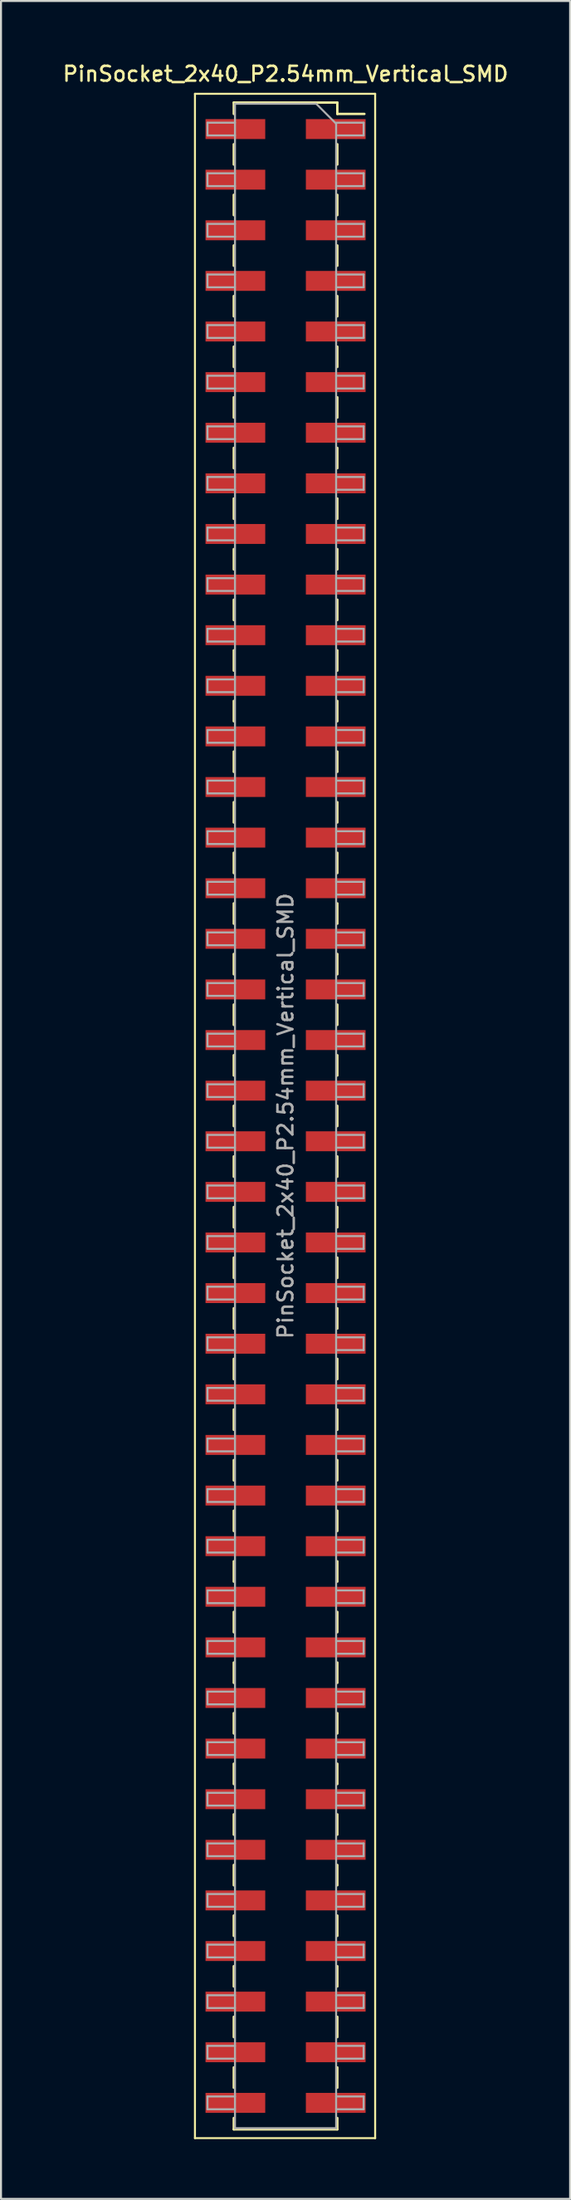
<source format=kicad_pcb>
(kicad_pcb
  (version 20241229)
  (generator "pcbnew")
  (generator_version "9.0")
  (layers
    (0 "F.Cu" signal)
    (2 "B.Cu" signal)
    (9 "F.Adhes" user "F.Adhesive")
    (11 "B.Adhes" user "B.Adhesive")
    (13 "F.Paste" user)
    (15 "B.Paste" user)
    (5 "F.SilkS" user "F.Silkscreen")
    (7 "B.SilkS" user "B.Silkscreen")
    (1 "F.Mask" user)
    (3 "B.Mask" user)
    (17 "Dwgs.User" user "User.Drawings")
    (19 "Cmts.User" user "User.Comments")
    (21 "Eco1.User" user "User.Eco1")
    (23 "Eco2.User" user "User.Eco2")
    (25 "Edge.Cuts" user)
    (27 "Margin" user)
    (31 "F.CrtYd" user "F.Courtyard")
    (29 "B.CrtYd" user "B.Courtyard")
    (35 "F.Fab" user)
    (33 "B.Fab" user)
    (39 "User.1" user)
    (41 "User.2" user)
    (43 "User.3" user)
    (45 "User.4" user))
  (footprint "PinSocket_2x40_P2.54mm_Vertical_SMD"
    (layer "F.Cu")
    (at 11.291 52.958)
    (property "Reference" "PinSocket_2x40_P2.54mm_Vertical_SMD" (at 0 -52.3 0) (layer "F.SilkS") (effects (font (size 0.75 0.75) (thickness 0.125))))
    (attr smd)
    (fp_line (start -4.55 -51.3) (end 4.5 -51.3) (stroke (width 0.1) (type solid)) (layer "F.SilkS"))
    (fp_line (start -4.55 51.3) (end -4.55 -51.3) (stroke (width 0.1) (type solid)) (layer "F.SilkS"))
    (fp_line (start -2.6 -50.86) (end -2.6 -50.29) (stroke (width 0.12) (type solid)) (layer "F.SilkS"))
    (fp_line (start -2.6 -50.86) (end 2.6 -50.86) (stroke (width 0.12) (type solid)) (layer "F.SilkS"))
    (fp_line (start -2.6 -48.77) (end -2.6 -47.75) (stroke (width 0.12) (type solid)) (layer "F.SilkS"))
    (fp_line (start -2.6 -46.23) (end -2.6 -45.21) (stroke (width 0.12) (type solid)) (layer "F.SilkS"))
    (fp_line (start -2.6 -43.69) (end -2.6 -42.67) (stroke (width 0.12) (type solid)) (layer "F.SilkS"))
    (fp_line (start -2.6 -41.15) (end -2.6 -40.13) (stroke (width 0.12) (type solid)) (layer "F.SilkS"))
    (fp_line (start -2.6 -38.61) (end -2.6 -37.59) (stroke (width 0.12) (type solid)) (layer "F.SilkS"))
    (fp_line (start -2.6 -36.07) (end -2.6 -35.05) (stroke (width 0.12) (type solid)) (layer "F.SilkS"))
    (fp_line (start -2.6 -33.53) (end -2.6 -32.51) (stroke (width 0.12) (type solid)) (layer "F.SilkS"))
    (fp_line (start -2.6 -30.99) (end -2.6 -29.97) (stroke (width 0.12) (type solid)) (layer "F.SilkS"))
    (fp_line (start -2.6 -28.45) (end -2.6 -27.43) (stroke (width 0.12) (type solid)) (layer "F.SilkS"))
    (fp_line (start -2.6 -25.91) (end -2.6 -24.89) (stroke (width 0.12) (type solid)) (layer "F.SilkS"))
    (fp_line (start -2.6 -23.37) (end -2.6 -22.35) (stroke (width 0.12) (type solid)) (layer "F.SilkS"))
    (fp_line (start -2.6 -20.83) (end -2.6 -19.81) (stroke (width 0.12) (type solid)) (layer "F.SilkS"))
    (fp_line (start -2.6 -18.29) (end -2.6 -17.27) (stroke (width 0.12) (type solid)) (layer "F.SilkS"))
    (fp_line (start -2.6 -15.75) (end -2.6 -14.73) (stroke (width 0.12) (type solid)) (layer "F.SilkS"))
    (fp_line (start -2.6 -13.21) (end -2.6 -12.19) (stroke (width 0.12) (type solid)) (layer "F.SilkS"))
    (fp_line (start -2.6 -10.67) (end -2.6 -9.65) (stroke (width 0.12) (type solid)) (layer "F.SilkS"))
    (fp_line (start -2.6 -8.13) (end -2.6 -7.11) (stroke (width 0.12) (type solid)) (layer "F.SilkS"))
    (fp_line (start -2.6 -5.59) (end -2.6 -4.57) (stroke (width 0.12) (type solid)) (layer "F.SilkS"))
    (fp_line (start -2.6 -3.05) (end -2.6 -2.03) (stroke (width 0.12) (type solid)) (layer "F.SilkS"))
    (fp_line (start -2.6 -0.51) (end -2.6 0.51) (stroke (width 0.12) (type solid)) (layer "F.SilkS"))
    (fp_line (start -2.6 2.03) (end -2.6 3.05) (stroke (width 0.12) (type solid)) (layer "F.SilkS"))
    (fp_line (start -2.6 4.57) (end -2.6 5.59) (stroke (width 0.12) (type solid)) (layer "F.SilkS"))
    (fp_line (start -2.6 7.11) (end -2.6 8.13) (stroke (width 0.12) (type solid)) (layer "F.SilkS"))
    (fp_line (start -2.6 9.65) (end -2.6 10.67) (stroke (width 0.12) (type solid)) (layer "F.SilkS"))
    (fp_line (start -2.6 12.19) (end -2.6 13.21) (stroke (width 0.12) (type solid)) (layer "F.SilkS"))
    (fp_line (start -2.6 14.73) (end -2.6 15.75) (stroke (width 0.12) (type solid)) (layer "F.SilkS"))
    (fp_line (start -2.6 17.27) (end -2.6 18.29) (stroke (width 0.12) (type solid)) (layer "F.SilkS"))
    (fp_line (start -2.6 19.81) (end -2.6 20.83) (stroke (width 0.12) (type solid)) (layer "F.SilkS"))
    (fp_line (start -2.6 22.35) (end -2.6 23.37) (stroke (width 0.12) (type solid)) (layer "F.SilkS"))
    (fp_line (start -2.6 24.89) (end -2.6 25.91) (stroke (width 0.12) (type solid)) (layer "F.SilkS"))
    (fp_line (start -2.6 27.43) (end -2.6 28.45) (stroke (width 0.12) (type solid)) (layer "F.SilkS"))
    (fp_line (start -2.6 29.97) (end -2.6 30.99) (stroke (width 0.12) (type solid)) (layer "F.SilkS"))
    (fp_line (start -2.6 32.51) (end -2.6 33.53) (stroke (width 0.12) (type solid)) (layer "F.SilkS"))
    (fp_line (start -2.6 35.05) (end -2.6 36.07) (stroke (width 0.12) (type solid)) (layer "F.SilkS"))
    (fp_line (start -2.6 37.59) (end -2.6 38.61) (stroke (width 0.12) (type solid)) (layer "F.SilkS"))
    (fp_line (start -2.6 40.13) (end -2.6 41.15) (stroke (width 0.12) (type solid)) (layer "F.SilkS"))
    (fp_line (start -2.6 42.67) (end -2.6 43.69) (stroke (width 0.12) (type solid)) (layer "F.SilkS"))
    (fp_line (start -2.6 45.21) (end -2.6 46.23) (stroke (width 0.12) (type solid)) (layer "F.SilkS"))
    (fp_line (start -2.6 47.75) (end -2.6 48.77) (stroke (width 0.12) (type solid)) (layer "F.SilkS"))
    (fp_line (start -2.6 50.29) (end -2.6 50.86) (stroke (width 0.12) (type solid)) (layer "F.SilkS"))
    (fp_line (start -2.6 50.86) (end 2.6 50.86) (stroke (width 0.12) (type solid)) (layer "F.SilkS"))
    (fp_line (start 2.6 -50.86) (end 2.6 -50.29) (stroke (width 0.12) (type solid)) (layer "F.SilkS"))
    (fp_line (start 2.6 -50.29) (end 3.96 -50.29) (stroke (width 0.12) (type solid)) (layer "F.SilkS"))
    (fp_line (start 2.6 -48.77) (end 2.6 -47.75) (stroke (width 0.12) (type solid)) (layer "F.SilkS"))
    (fp_line (start 2.6 -46.23) (end 2.6 -45.21) (stroke (width 0.12) (type solid)) (layer "F.SilkS"))
    (fp_line (start 2.6 -43.69) (end 2.6 -42.67) (stroke (width 0.12) (type solid)) (layer "F.SilkS"))
    (fp_line (start 2.6 -41.15) (end 2.6 -40.13) (stroke (width 0.12) (type solid)) (layer "F.SilkS"))
    (fp_line (start 2.6 -38.61) (end 2.6 -37.59) (stroke (width 0.12) (type solid)) (layer "F.SilkS"))
    (fp_line (start 2.6 -36.07) (end 2.6 -35.05) (stroke (width 0.12) (type solid)) (layer "F.SilkS"))
    (fp_line (start 2.6 -33.53) (end 2.6 -32.51) (stroke (width 0.12) (type solid)) (layer "F.SilkS"))
    (fp_line (start 2.6 -30.99) (end 2.6 -29.97) (stroke (width 0.12) (type solid)) (layer "F.SilkS"))
    (fp_line (start 2.6 -28.45) (end 2.6 -27.43) (stroke (width 0.12) (type solid)) (layer "F.SilkS"))
    (fp_line (start 2.6 -25.91) (end 2.6 -24.89) (stroke (width 0.12) (type solid)) (layer "F.SilkS"))
    (fp_line (start 2.6 -23.37) (end 2.6 -22.35) (stroke (width 0.12) (type solid)) (layer "F.SilkS"))
    (fp_line (start 2.6 -20.83) (end 2.6 -19.81) (stroke (width 0.12) (type solid)) (layer "F.SilkS"))
    (fp_line (start 2.6 -18.29) (end 2.6 -17.27) (stroke (width 0.12) (type solid)) (layer "F.SilkS"))
    (fp_line (start 2.6 -15.75) (end 2.6 -14.73) (stroke (width 0.12) (type solid)) (layer "F.SilkS"))
    (fp_line (start 2.6 -13.21) (end 2.6 -12.19) (stroke (width 0.12) (type solid)) (layer "F.SilkS"))
    (fp_line (start 2.6 -10.67) (end 2.6 -9.65) (stroke (width 0.12) (type solid)) (layer "F.SilkS"))
    (fp_line (start 2.6 -8.13) (end 2.6 -7.11) (stroke (width 0.12) (type solid)) (layer "F.SilkS"))
    (fp_line (start 2.6 -5.59) (end 2.6 -4.57) (stroke (width 0.12) (type solid)) (layer "F.SilkS"))
    (fp_line (start 2.6 -3.05) (end 2.6 -2.03) (stroke (width 0.12) (type solid)) (layer "F.SilkS"))
    (fp_line (start 2.6 -0.51) (end 2.6 0.51) (stroke (width 0.12) (type solid)) (layer "F.SilkS"))
    (fp_line (start 2.6 2.03) (end 2.6 3.05) (stroke (width 0.12) (type solid)) (layer "F.SilkS"))
    (fp_line (start 2.6 4.57) (end 2.6 5.59) (stroke (width 0.12) (type solid)) (layer "F.SilkS"))
    (fp_line (start 2.6 7.11) (end 2.6 8.13) (stroke (width 0.12) (type solid)) (layer "F.SilkS"))
    (fp_line (start 2.6 9.65) (end 2.6 10.67) (stroke (width 0.12) (type solid)) (layer "F.SilkS"))
    (fp_line (start 2.6 12.19) (end 2.6 13.21) (stroke (width 0.12) (type solid)) (layer "F.SilkS"))
    (fp_line (start 2.6 14.73) (end 2.6 15.75) (stroke (width 0.12) (type solid)) (layer "F.SilkS"))
    (fp_line (start 2.6 17.27) (end 2.6 18.29) (stroke (width 0.12) (type solid)) (layer "F.SilkS"))
    (fp_line (start 2.6 19.81) (end 2.6 20.83) (stroke (width 0.12) (type solid)) (layer "F.SilkS"))
    (fp_line (start 2.6 22.35) (end 2.6 23.37) (stroke (width 0.12) (type solid)) (layer "F.SilkS"))
    (fp_line (start 2.6 24.89) (end 2.6 25.91) (stroke (width 0.12) (type solid)) (layer "F.SilkS"))
    (fp_line (start 2.6 27.43) (end 2.6 28.45) (stroke (width 0.12) (type solid)) (layer "F.SilkS"))
    (fp_line (start 2.6 29.97) (end 2.6 30.99) (stroke (width 0.12) (type solid)) (layer "F.SilkS"))
    (fp_line (start 2.6 32.51) (end 2.6 33.53) (stroke (width 0.12) (type solid)) (layer "F.SilkS"))
    (fp_line (start 2.6 35.05) (end 2.6 36.07) (stroke (width 0.12) (type solid)) (layer "F.SilkS"))
    (fp_line (start 2.6 37.59) (end 2.6 38.61) (stroke (width 0.12) (type solid)) (layer "F.SilkS"))
    (fp_line (start 2.6 40.13) (end 2.6 41.15) (stroke (width 0.12) (type solid)) (layer "F.SilkS"))
    (fp_line (start 2.6 42.67) (end 2.6 43.69) (stroke (width 0.12) (type solid)) (layer "F.SilkS"))
    (fp_line (start 2.6 45.21) (end 2.6 46.23) (stroke (width 0.12) (type solid)) (layer "F.SilkS"))
    (fp_line (start 2.6 47.75) (end 2.6 48.77) (stroke (width 0.12) (type solid)) (layer "F.SilkS"))
    (fp_line (start 2.6 50.29) (end 2.6 50.86) (stroke (width 0.12) (type solid)) (layer "F.SilkS"))
    (fp_line (start 4.5 -51.3) (end 4.5 51.3) (stroke (width 0.1) (type solid)) (layer "F.SilkS"))
    (fp_line (start 4.5 51.3) (end -4.55 51.3) (stroke (width 0.1) (type solid)) (layer "F.SilkS"))
    (fp_line (start -3.92 -49.85) (end -2.54 -49.85) (stroke (width 0.1) (type solid)) (layer "F.Fab"))
    (fp_line (start -3.92 -49.21) (end -3.92 -49.85) (stroke (width 0.1) (type solid)) (layer "F.Fab"))
    (fp_line (start -3.92 -47.31) (end -2.54 -47.31) (stroke (width 0.1) (type solid)) (layer "F.Fab"))
    (fp_line (start -3.92 -46.67) (end -3.92 -47.31) (stroke (width 0.1) (type solid)) (layer "F.Fab"))
    (fp_line (start -3.92 -44.77) (end -2.54 -44.77) (stroke (width 0.1) (type solid)) (layer "F.Fab"))
    (fp_line (start -3.92 -44.13) (end -3.92 -44.77) (stroke (width 0.1) (type solid)) (layer "F.Fab"))
    (fp_line (start -3.92 -42.23) (end -2.54 -42.23) (stroke (width 0.1) (type solid)) (layer "F.Fab"))
    (fp_line (start -3.92 -41.59) (end -3.92 -42.23) (stroke (width 0.1) (type solid)) (layer "F.Fab"))
    (fp_line (start -3.92 -39.69) (end -2.54 -39.69) (stroke (width 0.1) (type solid)) (layer "F.Fab"))
    (fp_line (start -3.92 -39.05) (end -3.92 -39.69) (stroke (width 0.1) (type solid)) (layer "F.Fab"))
    (fp_line (start -3.92 -37.15) (end -2.54 -37.15) (stroke (width 0.1) (type solid)) (layer "F.Fab"))
    (fp_line (start -3.92 -36.51) (end -3.92 -37.15) (stroke (width 0.1) (type solid)) (layer "F.Fab"))
    (fp_line (start -3.92 -34.61) (end -2.54 -34.61) (stroke (width 0.1) (type solid)) (layer "F.Fab"))
    (fp_line (start -3.92 -33.97) (end -3.92 -34.61) (stroke (width 0.1) (type solid)) (layer "F.Fab"))
    (fp_line (start -3.92 -32.07) (end -2.54 -32.07) (stroke (width 0.1) (type solid)) (layer "F.Fab"))
    (fp_line (start -3.92 -31.43) (end -3.92 -32.07) (stroke (width 0.1) (type solid)) (layer "F.Fab"))
    (fp_line (start -3.92 -29.53) (end -2.54 -29.53) (stroke (width 0.1) (type solid)) (layer "F.Fab"))
    (fp_line (start -3.92 -28.89) (end -3.92 -29.53) (stroke (width 0.1) (type solid)) (layer "F.Fab"))
    (fp_line (start -3.92 -26.99) (end -2.54 -26.99) (stroke (width 0.1) (type solid)) (layer "F.Fab"))
    (fp_line (start -3.92 -26.35) (end -3.92 -26.99) (stroke (width 0.1) (type solid)) (layer "F.Fab"))
    (fp_line (start -3.92 -24.45) (end -2.54 -24.45) (stroke (width 0.1) (type solid)) (layer "F.Fab"))
    (fp_line (start -3.92 -23.81) (end -3.92 -24.45) (stroke (width 0.1) (type solid)) (layer "F.Fab"))
    (fp_line (start -3.92 -21.91) (end -2.54 -21.91) (stroke (width 0.1) (type solid)) (layer "F.Fab"))
    (fp_line (start -3.92 -21.27) (end -3.92 -21.91) (stroke (width 0.1) (type solid)) (layer "F.Fab"))
    (fp_line (start -3.92 -19.37) (end -2.54 -19.37) (stroke (width 0.1) (type solid)) (layer "F.Fab"))
    (fp_line (start -3.92 -18.73) (end -3.92 -19.37) (stroke (width 0.1) (type solid)) (layer "F.Fab"))
    (fp_line (start -3.92 -16.83) (end -2.54 -16.83) (stroke (width 0.1) (type solid)) (layer "F.Fab"))
    (fp_line (start -3.92 -16.19) (end -3.92 -16.83) (stroke (width 0.1) (type solid)) (layer "F.Fab"))
    (fp_line (start -3.92 -14.29) (end -2.54 -14.29) (stroke (width 0.1) (type solid)) (layer "F.Fab"))
    (fp_line (start -3.92 -13.65) (end -3.92 -14.29) (stroke (width 0.1) (type solid)) (layer "F.Fab"))
    (fp_line (start -3.92 -11.75) (end -2.54 -11.75) (stroke (width 0.1) (type solid)) (layer "F.Fab"))
    (fp_line (start -3.92 -11.11) (end -3.92 -11.75) (stroke (width 0.1) (type solid)) (layer "F.Fab"))
    (fp_line (start -3.92 -9.21) (end -2.54 -9.21) (stroke (width 0.1) (type solid)) (layer "F.Fab"))
    (fp_line (start -3.92 -8.57) (end -3.92 -9.21) (stroke (width 0.1) (type solid)) (layer "F.Fab"))
    (fp_line (start -3.92 -6.67) (end -2.54 -6.67) (stroke (width 0.1) (type solid)) (layer "F.Fab"))
    (fp_line (start -3.92 -6.03) (end -3.92 -6.67) (stroke (width 0.1) (type solid)) (layer "F.Fab"))
    (fp_line (start -3.92 -4.13) (end -2.54 -4.13) (stroke (width 0.1) (type solid)) (layer "F.Fab"))
    (fp_line (start -3.92 -3.49) (end -3.92 -4.13) (stroke (width 0.1) (type solid)) (layer "F.Fab"))
    (fp_line (start -3.92 -1.59) (end -2.54 -1.59) (stroke (width 0.1) (type solid)) (layer "F.Fab"))
    (fp_line (start -3.92 -0.95) (end -3.92 -1.59) (stroke (width 0.1) (type solid)) (layer "F.Fab"))
    (fp_line (start -3.92 0.95) (end -2.54 0.95) (stroke (width 0.1) (type solid)) (layer "F.Fab"))
    (fp_line (start -3.92 1.59) (end -3.92 0.95) (stroke (width 0.1) (type solid)) (layer "F.Fab"))
    (fp_line (start -3.92 3.49) (end -2.54 3.49) (stroke (width 0.1) (type solid)) (layer "F.Fab"))
    (fp_line (start -3.92 4.13) (end -3.92 3.49) (stroke (width 0.1) (type solid)) (layer "F.Fab"))
    (fp_line (start -3.92 6.03) (end -2.54 6.03) (stroke (width 0.1) (type solid)) (layer "F.Fab"))
    (fp_line (start -3.92 6.67) (end -3.92 6.03) (stroke (width 0.1) (type solid)) (layer "F.Fab"))
    (fp_line (start -3.92 8.57) (end -2.54 8.57) (stroke (width 0.1) (type solid)) (layer "F.Fab"))
    (fp_line (start -3.92 9.21) (end -3.92 8.57) (stroke (width 0.1) (type solid)) (layer "F.Fab"))
    (fp_line (start -3.92 11.11) (end -2.54 11.11) (stroke (width 0.1) (type solid)) (layer "F.Fab"))
    (fp_line (start -3.92 11.75) (end -3.92 11.11) (stroke (width 0.1) (type solid)) (layer "F.Fab"))
    (fp_line (start -3.92 13.65) (end -2.54 13.65) (stroke (width 0.1) (type solid)) (layer "F.Fab"))
    (fp_line (start -3.92 14.29) (end -3.92 13.65) (stroke (width 0.1) (type solid)) (layer "F.Fab"))
    (fp_line (start -3.92 16.19) (end -2.54 16.19) (stroke (width 0.1) (type solid)) (layer "F.Fab"))
    (fp_line (start -3.92 16.83) (end -3.92 16.19) (stroke (width 0.1) (type solid)) (layer "F.Fab"))
    (fp_line (start -3.92 18.73) (end -2.54 18.73) (stroke (width 0.1) (type solid)) (layer "F.Fab"))
    (fp_line (start -3.92 19.37) (end -3.92 18.73) (stroke (width 0.1) (type solid)) (layer "F.Fab"))
    (fp_line (start -3.92 21.27) (end -2.54 21.27) (stroke (width 0.1) (type solid)) (layer "F.Fab"))
    (fp_line (start -3.92 21.91) (end -3.92 21.27) (stroke (width 0.1) (type solid)) (layer "F.Fab"))
    (fp_line (start -3.92 23.81) (end -2.54 23.81) (stroke (width 0.1) (type solid)) (layer "F.Fab"))
    (fp_line (start -3.92 24.45) (end -3.92 23.81) (stroke (width 0.1) (type solid)) (layer "F.Fab"))
    (fp_line (start -3.92 26.35) (end -2.54 26.35) (stroke (width 0.1) (type solid)) (layer "F.Fab"))
    (fp_line (start -3.92 26.99) (end -3.92 26.35) (stroke (width 0.1) (type solid)) (layer "F.Fab"))
    (fp_line (start -3.92 28.89) (end -2.54 28.89) (stroke (width 0.1) (type solid)) (layer "F.Fab"))
    (fp_line (start -3.92 29.53) (end -3.92 28.89) (stroke (width 0.1) (type solid)) (layer "F.Fab"))
    (fp_line (start -3.92 31.43) (end -2.54 31.43) (stroke (width 0.1) (type solid)) (layer "F.Fab"))
    (fp_line (start -3.92 32.07) (end -3.92 31.43) (stroke (width 0.1) (type solid)) (layer "F.Fab"))
    (fp_line (start -3.92 33.97) (end -2.54 33.97) (stroke (width 0.1) (type solid)) (layer "F.Fab"))
    (fp_line (start -3.92 34.61) (end -3.92 33.97) (stroke (width 0.1) (type solid)) (layer "F.Fab"))
    (fp_line (start -3.92 36.51) (end -2.54 36.51) (stroke (width 0.1) (type solid)) (layer "F.Fab"))
    (fp_line (start -3.92 37.15) (end -3.92 36.51) (stroke (width 0.1) (type solid)) (layer "F.Fab"))
    (fp_line (start -3.92 39.05) (end -2.54 39.05) (stroke (width 0.1) (type solid)) (layer "F.Fab"))
    (fp_line (start -3.92 39.69) (end -3.92 39.05) (stroke (width 0.1) (type solid)) (layer "F.Fab"))
    (fp_line (start -3.92 41.59) (end -2.54 41.59) (stroke (width 0.1) (type solid)) (layer "F.Fab"))
    (fp_line (start -3.92 42.23) (end -3.92 41.59) (stroke (width 0.1) (type solid)) (layer "F.Fab"))
    (fp_line (start -3.92 44.13) (end -2.54 44.13) (stroke (width 0.1) (type solid)) (layer "F.Fab"))
    (fp_line (start -3.92 44.77) (end -3.92 44.13) (stroke (width 0.1) (type solid)) (layer "F.Fab"))
    (fp_line (start -3.92 46.67) (end -2.54 46.67) (stroke (width 0.1) (type solid)) (layer "F.Fab"))
    (fp_line (start -3.92 47.31) (end -3.92 46.67) (stroke (width 0.1) (type solid)) (layer "F.Fab"))
    (fp_line (start -3.92 49.21) (end -2.54 49.21) (stroke (width 0.1) (type solid)) (layer "F.Fab"))
    (fp_line (start -3.92 49.85) (end -3.92 49.21) (stroke (width 0.1) (type solid)) (layer "F.Fab"))
    (fp_line (start -2.54 -50.8) (end 1.54 -50.8) (stroke (width 0.1) (type solid)) (layer "F.Fab"))
    (fp_line (start -2.54 -49.21) (end -3.92 -49.21) (stroke (width 0.1) (type solid)) (layer "F.Fab"))
    (fp_line (start -2.54 -46.67) (end -3.92 -46.67) (stroke (width 0.1) (type solid)) (layer "F.Fab"))
    (fp_line (start -2.54 -44.13) (end -3.92 -44.13) (stroke (width 0.1) (type solid)) (layer "F.Fab"))
    (fp_line (start -2.54 -41.59) (end -3.92 -41.59) (stroke (width 0.1) (type solid)) (layer "F.Fab"))
    (fp_line (start -2.54 -39.05) (end -3.92 -39.05) (stroke (width 0.1) (type solid)) (layer "F.Fab"))
    (fp_line (start -2.54 -36.51) (end -3.92 -36.51) (stroke (width 0.1) (type solid)) (layer "F.Fab"))
    (fp_line (start -2.54 -33.97) (end -3.92 -33.97) (stroke (width 0.1) (type solid)) (layer "F.Fab"))
    (fp_line (start -2.54 -31.43) (end -3.92 -31.43) (stroke (width 0.1) (type solid)) (layer "F.Fab"))
    (fp_line (start -2.54 -28.89) (end -3.92 -28.89) (stroke (width 0.1) (type solid)) (layer "F.Fab"))
    (fp_line (start -2.54 -26.35) (end -3.92 -26.35) (stroke (width 0.1) (type solid)) (layer "F.Fab"))
    (fp_line (start -2.54 -23.81) (end -3.92 -23.81) (stroke (width 0.1) (type solid)) (layer "F.Fab"))
    (fp_line (start -2.54 -21.27) (end -3.92 -21.27) (stroke (width 0.1) (type solid)) (layer "F.Fab"))
    (fp_line (start -2.54 -18.73) (end -3.92 -18.73) (stroke (width 0.1) (type solid)) (layer "F.Fab"))
    (fp_line (start -2.54 -16.19) (end -3.92 -16.19) (stroke (width 0.1) (type solid)) (layer "F.Fab"))
    (fp_line (start -2.54 -13.65) (end -3.92 -13.65) (stroke (width 0.1) (type solid)) (layer "F.Fab"))
    (fp_line (start -2.54 -11.11) (end -3.92 -11.11) (stroke (width 0.1) (type solid)) (layer "F.Fab"))
    (fp_line (start -2.54 -8.57) (end -3.92 -8.57) (stroke (width 0.1) (type solid)) (layer "F.Fab"))
    (fp_line (start -2.54 -6.03) (end -3.92 -6.03) (stroke (width 0.1) (type solid)) (layer "F.Fab"))
    (fp_line (start -2.54 -3.49) (end -3.92 -3.49) (stroke (width 0.1) (type solid)) (layer "F.Fab"))
    (fp_line (start -2.54 -0.95) (end -3.92 -0.95) (stroke (width 0.1) (type solid)) (layer "F.Fab"))
    (fp_line (start -2.54 1.59) (end -3.92 1.59) (stroke (width 0.1) (type solid)) (layer "F.Fab"))
    (fp_line (start -2.54 4.13) (end -3.92 4.13) (stroke (width 0.1) (type solid)) (layer "F.Fab"))
    (fp_line (start -2.54 6.67) (end -3.92 6.67) (stroke (width 0.1) (type solid)) (layer "F.Fab"))
    (fp_line (start -2.54 9.21) (end -3.92 9.21) (stroke (width 0.1) (type solid)) (layer "F.Fab"))
    (fp_line (start -2.54 11.75) (end -3.92 11.75) (stroke (width 0.1) (type solid)) (layer "F.Fab"))
    (fp_line (start -2.54 14.29) (end -3.92 14.29) (stroke (width 0.1) (type solid)) (layer "F.Fab"))
    (fp_line (start -2.54 16.83) (end -3.92 16.83) (stroke (width 0.1) (type solid)) (layer "F.Fab"))
    (fp_line (start -2.54 19.37) (end -3.92 19.37) (stroke (width 0.1) (type solid)) (layer "F.Fab"))
    (fp_line (start -2.54 21.91) (end -3.92 21.91) (stroke (width 0.1) (type solid)) (layer "F.Fab"))
    (fp_line (start -2.54 24.45) (end -3.92 24.45) (stroke (width 0.1) (type solid)) (layer "F.Fab"))
    (fp_line (start -2.54 26.99) (end -3.92 26.99) (stroke (width 0.1) (type solid)) (layer "F.Fab"))
    (fp_line (start -2.54 29.53) (end -3.92 29.53) (stroke (width 0.1) (type solid)) (layer "F.Fab"))
    (fp_line (start -2.54 32.07) (end -3.92 32.07) (stroke (width 0.1) (type solid)) (layer "F.Fab"))
    (fp_line (start -2.54 34.61) (end -3.92 34.61) (stroke (width 0.1) (type solid)) (layer "F.Fab"))
    (fp_line (start -2.54 37.15) (end -3.92 37.15) (stroke (width 0.1) (type solid)) (layer "F.Fab"))
    (fp_line (start -2.54 39.69) (end -3.92 39.69) (stroke (width 0.1) (type solid)) (layer "F.Fab"))
    (fp_line (start -2.54 42.23) (end -3.92 42.23) (stroke (width 0.1) (type solid)) (layer "F.Fab"))
    (fp_line (start -2.54 44.77) (end -3.92 44.77) (stroke (width 0.1) (type solid)) (layer "F.Fab"))
    (fp_line (start -2.54 47.31) (end -3.92 47.31) (stroke (width 0.1) (type solid)) (layer "F.Fab"))
    (fp_line (start -2.54 49.85) (end -3.92 49.85) (stroke (width 0.1) (type solid)) (layer "F.Fab"))
    (fp_line (start -2.54 50.8) (end -2.54 -50.8) (stroke (width 0.1) (type solid)) (layer "F.Fab"))
    (fp_line (start 1.54 -50.8) (end 2.54 -49.8) (stroke (width 0.1) (type solid)) (layer "F.Fab"))
    (fp_line (start 2.54 -49.85) (end 3.92 -49.85) (stroke (width 0.1) (type solid)) (layer "F.Fab"))
    (fp_line (start 2.54 -49.8) (end 2.54 50.8) (stroke (width 0.1) (type solid)) (layer "F.Fab"))
    (fp_line (start 2.54 -47.31) (end 3.92 -47.31) (stroke (width 0.1) (type solid)) (layer "F.Fab"))
    (fp_line (start 2.54 -44.77) (end 3.92 -44.77) (stroke (width 0.1) (type solid)) (layer "F.Fab"))
    (fp_line (start 2.54 -42.23) (end 3.92 -42.23) (stroke (width 0.1) (type solid)) (layer "F.Fab"))
    (fp_line (start 2.54 -39.69) (end 3.92 -39.69) (stroke (width 0.1) (type solid)) (layer "F.Fab"))
    (fp_line (start 2.54 -37.15) (end 3.92 -37.15) (stroke (width 0.1) (type solid)) (layer "F.Fab"))
    (fp_line (start 2.54 -34.61) (end 3.92 -34.61) (stroke (width 0.1) (type solid)) (layer "F.Fab"))
    (fp_line (start 2.54 -32.07) (end 3.92 -32.07) (stroke (width 0.1) (type solid)) (layer "F.Fab"))
    (fp_line (start 2.54 -29.53) (end 3.92 -29.53) (stroke (width 0.1) (type solid)) (layer "F.Fab"))
    (fp_line (start 2.54 -26.99) (end 3.92 -26.99) (stroke (width 0.1) (type solid)) (layer "F.Fab"))
    (fp_line (start 2.54 -24.45) (end 3.92 -24.45) (stroke (width 0.1) (type solid)) (layer "F.Fab"))
    (fp_line (start 2.54 -21.91) (end 3.92 -21.91) (stroke (width 0.1) (type solid)) (layer "F.Fab"))
    (fp_line (start 2.54 -19.37) (end 3.92 -19.37) (stroke (width 0.1) (type solid)) (layer "F.Fab"))
    (fp_line (start 2.54 -16.83) (end 3.92 -16.83) (stroke (width 0.1) (type solid)) (layer "F.Fab"))
    (fp_line (start 2.54 -14.29) (end 3.92 -14.29) (stroke (width 0.1) (type solid)) (layer "F.Fab"))
    (fp_line (start 2.54 -11.75) (end 3.92 -11.75) (stroke (width 0.1) (type solid)) (layer "F.Fab"))
    (fp_line (start 2.54 -9.21) (end 3.92 -9.21) (stroke (width 0.1) (type solid)) (layer "F.Fab"))
    (fp_line (start 2.54 -6.67) (end 3.92 -6.67) (stroke (width 0.1) (type solid)) (layer "F.Fab"))
    (fp_line (start 2.54 -4.13) (end 3.92 -4.13) (stroke (width 0.1) (type solid)) (layer "F.Fab"))
    (fp_line (start 2.54 -1.59) (end 3.92 -1.59) (stroke (width 0.1) (type solid)) (layer "F.Fab"))
    (fp_line (start 2.54 0.95) (end 3.92 0.95) (stroke (width 0.1) (type solid)) (layer "F.Fab"))
    (fp_line (start 2.54 3.49) (end 3.92 3.49) (stroke (width 0.1) (type solid)) (layer "F.Fab"))
    (fp_line (start 2.54 6.03) (end 3.92 6.03) (stroke (width 0.1) (type solid)) (layer "F.Fab"))
    (fp_line (start 2.54 8.57) (end 3.92 8.57) (stroke (width 0.1) (type solid)) (layer "F.Fab"))
    (fp_line (start 2.54 11.11) (end 3.92 11.11) (stroke (width 0.1) (type solid)) (layer "F.Fab"))
    (fp_line (start 2.54 13.65) (end 3.92 13.65) (stroke (width 0.1) (type solid)) (layer "F.Fab"))
    (fp_line (start 2.54 16.19) (end 3.92 16.19) (stroke (width 0.1) (type solid)) (layer "F.Fab"))
    (fp_line (start 2.54 18.73) (end 3.92 18.73) (stroke (width 0.1) (type solid)) (layer "F.Fab"))
    (fp_line (start 2.54 21.27) (end 3.92 21.27) (stroke (width 0.1) (type solid)) (layer "F.Fab"))
    (fp_line (start 2.54 23.81) (end 3.92 23.81) (stroke (width 0.1) (type solid)) (layer "F.Fab"))
    (fp_line (start 2.54 26.35) (end 3.92 26.35) (stroke (width 0.1) (type solid)) (layer "F.Fab"))
    (fp_line (start 2.54 28.89) (end 3.92 28.89) (stroke (width 0.1) (type solid)) (layer "F.Fab"))
    (fp_line (start 2.54 31.43) (end 3.92 31.43) (stroke (width 0.1) (type solid)) (layer "F.Fab"))
    (fp_line (start 2.54 33.97) (end 3.92 33.97) (stroke (width 0.1) (type solid)) (layer "F.Fab"))
    (fp_line (start 2.54 36.51) (end 3.92 36.51) (stroke (width 0.1) (type solid)) (layer "F.Fab"))
    (fp_line (start 2.54 39.05) (end 3.92 39.05) (stroke (width 0.1) (type solid)) (layer "F.Fab"))
    (fp_line (start 2.54 41.59) (end 3.92 41.59) (stroke (width 0.1) (type solid)) (layer "F.Fab"))
    (fp_line (start 2.54 44.13) (end 3.92 44.13) (stroke (width 0.1) (type solid)) (layer "F.Fab"))
    (fp_line (start 2.54 46.67) (end 3.92 46.67) (stroke (width 0.1) (type solid)) (layer "F.Fab"))
    (fp_line (start 2.54 49.21) (end 3.92 49.21) (stroke (width 0.1) (type solid)) (layer "F.Fab"))
    (fp_line (start 2.54 50.8) (end -2.54 50.8) (stroke (width 0.1) (type solid)) (layer "F.Fab"))
    (fp_line (start 3.92 -49.85) (end 3.92 -49.21) (stroke (width 0.1) (type solid)) (layer "F.Fab"))
    (fp_line (start 3.92 -49.21) (end 2.54 -49.21) (stroke (width 0.1) (type solid)) (layer "F.Fab"))
    (fp_line (start 3.92 -47.31) (end 3.92 -46.67) (stroke (width 0.1) (type solid)) (layer "F.Fab"))
    (fp_line (start 3.92 -46.67) (end 2.54 -46.67) (stroke (width 0.1) (type solid)) (layer "F.Fab"))
    (fp_line (start 3.92 -44.77) (end 3.92 -44.13) (stroke (width 0.1) (type solid)) (layer "F.Fab"))
    (fp_line (start 3.92 -44.13) (end 2.54 -44.13) (stroke (width 0.1) (type solid)) (layer "F.Fab"))
    (fp_line (start 3.92 -42.23) (end 3.92 -41.59) (stroke (width 0.1) (type solid)) (layer "F.Fab"))
    (fp_line (start 3.92 -41.59) (end 2.54 -41.59) (stroke (width 0.1) (type solid)) (layer "F.Fab"))
    (fp_line (start 3.92 -39.69) (end 3.92 -39.05) (stroke (width 0.1) (type solid)) (layer "F.Fab"))
    (fp_line (start 3.92 -39.05) (end 2.54 -39.05) (stroke (width 0.1) (type solid)) (layer "F.Fab"))
    (fp_line (start 3.92 -37.15) (end 3.92 -36.51) (stroke (width 0.1) (type solid)) (layer "F.Fab"))
    (fp_line (start 3.92 -36.51) (end 2.54 -36.51) (stroke (width 0.1) (type solid)) (layer "F.Fab"))
    (fp_line (start 3.92 -34.61) (end 3.92 -33.97) (stroke (width 0.1) (type solid)) (layer "F.Fab"))
    (fp_line (start 3.92 -33.97) (end 2.54 -33.97) (stroke (width 0.1) (type solid)) (layer "F.Fab"))
    (fp_line (start 3.92 -32.07) (end 3.92 -31.43) (stroke (width 0.1) (type solid)) (layer "F.Fab"))
    (fp_line (start 3.92 -31.43) (end 2.54 -31.43) (stroke (width 0.1) (type solid)) (layer "F.Fab"))
    (fp_line (start 3.92 -29.53) (end 3.92 -28.89) (stroke (width 0.1) (type solid)) (layer "F.Fab"))
    (fp_line (start 3.92 -28.89) (end 2.54 -28.89) (stroke (width 0.1) (type solid)) (layer "F.Fab"))
    (fp_line (start 3.92 -26.99) (end 3.92 -26.35) (stroke (width 0.1) (type solid)) (layer "F.Fab"))
    (fp_line (start 3.92 -26.35) (end 2.54 -26.35) (stroke (width 0.1) (type solid)) (layer "F.Fab"))
    (fp_line (start 3.92 -24.45) (end 3.92 -23.81) (stroke (width 0.1) (type solid)) (layer "F.Fab"))
    (fp_line (start 3.92 -23.81) (end 2.54 -23.81) (stroke (width 0.1) (type solid)) (layer "F.Fab"))
    (fp_line (start 3.92 -21.91) (end 3.92 -21.27) (stroke (width 0.1) (type solid)) (layer "F.Fab"))
    (fp_line (start 3.92 -21.27) (end 2.54 -21.27) (stroke (width 0.1) (type solid)) (layer "F.Fab"))
    (fp_line (start 3.92 -19.37) (end 3.92 -18.73) (stroke (width 0.1) (type solid)) (layer "F.Fab"))
    (fp_line (start 3.92 -18.73) (end 2.54 -18.73) (stroke (width 0.1) (type solid)) (layer "F.Fab"))
    (fp_line (start 3.92 -16.83) (end 3.92 -16.19) (stroke (width 0.1) (type solid)) (layer "F.Fab"))
    (fp_line (start 3.92 -16.19) (end 2.54 -16.19) (stroke (width 0.1) (type solid)) (layer "F.Fab"))
    (fp_line (start 3.92 -14.29) (end 3.92 -13.65) (stroke (width 0.1) (type solid)) (layer "F.Fab"))
    (fp_line (start 3.92 -13.65) (end 2.54 -13.65) (stroke (width 0.1) (type solid)) (layer "F.Fab"))
    (fp_line (start 3.92 -11.75) (end 3.92 -11.11) (stroke (width 0.1) (type solid)) (layer "F.Fab"))
    (fp_line (start 3.92 -11.11) (end 2.54 -11.11) (stroke (width 0.1) (type solid)) (layer "F.Fab"))
    (fp_line (start 3.92 -9.21) (end 3.92 -8.57) (stroke (width 0.1) (type solid)) (layer "F.Fab"))
    (fp_line (start 3.92 -8.57) (end 2.54 -8.57) (stroke (width 0.1) (type solid)) (layer "F.Fab"))
    (fp_line (start 3.92 -6.67) (end 3.92 -6.03) (stroke (width 0.1) (type solid)) (layer "F.Fab"))
    (fp_line (start 3.92 -6.03) (end 2.54 -6.03) (stroke (width 0.1) (type solid)) (layer "F.Fab"))
    (fp_line (start 3.92 -4.13) (end 3.92 -3.49) (stroke (width 0.1) (type solid)) (layer "F.Fab"))
    (fp_line (start 3.92 -3.49) (end 2.54 -3.49) (stroke (width 0.1) (type solid)) (layer "F.Fab"))
    (fp_line (start 3.92 -1.59) (end 3.92 -0.95) (stroke (width 0.1) (type solid)) (layer "F.Fab"))
    (fp_line (start 3.92 -0.95) (end 2.54 -0.95) (stroke (width 0.1) (type solid)) (layer "F.Fab"))
    (fp_line (start 3.92 0.95) (end 3.92 1.59) (stroke (width 0.1) (type solid)) (layer "F.Fab"))
    (fp_line (start 3.92 1.59) (end 2.54 1.59) (stroke (width 0.1) (type solid)) (layer "F.Fab"))
    (fp_line (start 3.92 3.49) (end 3.92 4.13) (stroke (width 0.1) (type solid)) (layer "F.Fab"))
    (fp_line (start 3.92 4.13) (end 2.54 4.13) (stroke (width 0.1) (type solid)) (layer "F.Fab"))
    (fp_line (start 3.92 6.03) (end 3.92 6.67) (stroke (width 0.1) (type solid)) (layer "F.Fab"))
    (fp_line (start 3.92 6.67) (end 2.54 6.67) (stroke (width 0.1) (type solid)) (layer "F.Fab"))
    (fp_line (start 3.92 8.57) (end 3.92 9.21) (stroke (width 0.1) (type solid)) (layer "F.Fab"))
    (fp_line (start 3.92 9.21) (end 2.54 9.21) (stroke (width 0.1) (type solid)) (layer "F.Fab"))
    (fp_line (start 3.92 11.11) (end 3.92 11.75) (stroke (width 0.1) (type solid)) (layer "F.Fab"))
    (fp_line (start 3.92 11.75) (end 2.54 11.75) (stroke (width 0.1) (type solid)) (layer "F.Fab"))
    (fp_line (start 3.92 13.65) (end 3.92 14.29) (stroke (width 0.1) (type solid)) (layer "F.Fab"))
    (fp_line (start 3.92 14.29) (end 2.54 14.29) (stroke (width 0.1) (type solid)) (layer "F.Fab"))
    (fp_line (start 3.92 16.19) (end 3.92 16.83) (stroke (width 0.1) (type solid)) (layer "F.Fab"))
    (fp_line (start 3.92 16.83) (end 2.54 16.83) (stroke (width 0.1) (type solid)) (layer "F.Fab"))
    (fp_line (start 3.92 18.73) (end 3.92 19.37) (stroke (width 0.1) (type solid)) (layer "F.Fab"))
    (fp_line (start 3.92 19.37) (end 2.54 19.37) (stroke (width 0.1) (type solid)) (layer "F.Fab"))
    (fp_line (start 3.92 21.27) (end 3.92 21.91) (stroke (width 0.1) (type solid)) (layer "F.Fab"))
    (fp_line (start 3.92 21.91) (end 2.54 21.91) (stroke (width 0.1) (type solid)) (layer "F.Fab"))
    (fp_line (start 3.92 23.81) (end 3.92 24.45) (stroke (width 0.1) (type solid)) (layer "F.Fab"))
    (fp_line (start 3.92 24.45) (end 2.54 24.45) (stroke (width 0.1) (type solid)) (layer "F.Fab"))
    (fp_line (start 3.92 26.35) (end 3.92 26.99) (stroke (width 0.1) (type solid)) (layer "F.Fab"))
    (fp_line (start 3.92 26.99) (end 2.54 26.99) (stroke (width 0.1) (type solid)) (layer "F.Fab"))
    (fp_line (start 3.92 28.89) (end 3.92 29.53) (stroke (width 0.1) (type solid)) (layer "F.Fab"))
    (fp_line (start 3.92 29.53) (end 2.54 29.53) (stroke (width 0.1) (type solid)) (layer "F.Fab"))
    (fp_line (start 3.92 31.43) (end 3.92 32.07) (stroke (width 0.1) (type solid)) (layer "F.Fab"))
    (fp_line (start 3.92 32.07) (end 2.54 32.07) (stroke (width 0.1) (type solid)) (layer "F.Fab"))
    (fp_line (start 3.92 33.97) (end 3.92 34.61) (stroke (width 0.1) (type solid)) (layer "F.Fab"))
    (fp_line (start 3.92 34.61) (end 2.54 34.61) (stroke (width 0.1) (type solid)) (layer "F.Fab"))
    (fp_line (start 3.92 36.51) (end 3.92 37.15) (stroke (width 0.1) (type solid)) (layer "F.Fab"))
    (fp_line (start 3.92 37.15) (end 2.54 37.15) (stroke (width 0.1) (type solid)) (layer "F.Fab"))
    (fp_line (start 3.92 39.05) (end 3.92 39.69) (stroke (width 0.1) (type solid)) (layer "F.Fab"))
    (fp_line (start 3.92 39.69) (end 2.54 39.69) (stroke (width 0.1) (type solid)) (layer "F.Fab"))
    (fp_line (start 3.92 41.59) (end 3.92 42.23) (stroke (width 0.1) (type solid)) (layer "F.Fab"))
    (fp_line (start 3.92 42.23) (end 2.54 42.23) (stroke (width 0.1) (type solid)) (layer "F.Fab"))
    (fp_line (start 3.92 44.13) (end 3.92 44.77) (stroke (width 0.1) (type solid)) (layer "F.Fab"))
    (fp_line (start 3.92 44.77) (end 2.54 44.77) (stroke (width 0.1) (type solid)) (layer "F.Fab"))
    (fp_line (start 3.92 46.67) (end 3.92 47.31) (stroke (width 0.1) (type solid)) (layer "F.Fab"))
    (fp_line (start 3.92 47.31) (end 2.54 47.31) (stroke (width 0.1) (type solid)) (layer "F.Fab"))
    (fp_line (start 3.92 49.21) (end 3.92 49.85) (stroke (width 0.1) (type solid)) (layer "F.Fab"))
    (fp_line (start 3.92 49.85) (end 2.54 49.85) (stroke (width 0.1) (type solid)) (layer "F.Fab"))
    (fp_text user "${REFERENCE}" (at 0 0 90) (layer "F.Fab") (effects (font (size 0.75 0.75) (thickness 0.125))))
    (pad "1" smd rect (at 2.52 -49.53) (size 3 1) (layers "F.Cu" "F.Mask" "F.Paste"))
    (pad "2" smd rect (at -2.52 -49.53) (size 3 1) (layers "F.Cu" "F.Mask" "F.Paste"))
    (pad "3" smd rect (at 2.52 -46.99) (size 3 1) (layers "F.Cu" "F.Mask" "F.Paste"))
    (pad "4" smd rect (at -2.52 -46.99) (size 3 1) (layers "F.Cu" "F.Mask" "F.Paste"))
    (pad "5" smd rect (at 2.52 -44.45) (size 3 1) (layers "F.Cu" "F.Mask" "F.Paste"))
    (pad "6" smd rect (at -2.52 -44.45) (size 3 1) (layers "F.Cu" "F.Mask" "F.Paste"))
    (pad "7" smd rect (at 2.52 -41.91) (size 3 1) (layers "F.Cu" "F.Mask" "F.Paste"))
    (pad "8" smd rect (at -2.52 -41.91) (size 3 1) (layers "F.Cu" "F.Mask" "F.Paste"))
    (pad "9" smd rect (at 2.52 -39.37) (size 3 1) (layers "F.Cu" "F.Mask" "F.Paste"))
    (pad "10" smd rect (at -2.52 -39.37) (size 3 1) (layers "F.Cu" "F.Mask" "F.Paste"))
    (pad "11" smd rect (at 2.52 -36.83) (size 3 1) (layers "F.Cu" "F.Mask" "F.Paste"))
    (pad "12" smd rect (at -2.52 -36.83) (size 3 1) (layers "F.Cu" "F.Mask" "F.Paste"))
    (pad "13" smd rect (at 2.52 -34.29) (size 3 1) (layers "F.Cu" "F.Mask" "F.Paste"))
    (pad "14" smd rect (at -2.52 -34.29) (size 3 1) (layers "F.Cu" "F.Mask" "F.Paste"))
    (pad "15" smd rect (at 2.52 -31.75) (size 3 1) (layers "F.Cu" "F.Mask" "F.Paste"))
    (pad "16" smd rect (at -2.52 -31.75) (size 3 1) (layers "F.Cu" "F.Mask" "F.Paste"))
    (pad "17" smd rect (at 2.52 -29.21) (size 3 1) (layers "F.Cu" "F.Mask" "F.Paste"))
    (pad "18" smd rect (at -2.52 -29.21) (size 3 1) (layers "F.Cu" "F.Mask" "F.Paste"))
    (pad "19" smd rect (at 2.52 -26.67) (size 3 1) (layers "F.Cu" "F.Mask" "F.Paste"))
    (pad "20" smd rect (at -2.52 -26.67) (size 3 1) (layers "F.Cu" "F.Mask" "F.Paste"))
    (pad "21" smd rect (at 2.52 -24.13) (size 3 1) (layers "F.Cu" "F.Mask" "F.Paste"))
    (pad "22" smd rect (at -2.52 -24.13) (size 3 1) (layers "F.Cu" "F.Mask" "F.Paste"))
    (pad "23" smd rect (at 2.52 -21.59) (size 3 1) (layers "F.Cu" "F.Mask" "F.Paste"))
    (pad "24" smd rect (at -2.52 -21.59) (size 3 1) (layers "F.Cu" "F.Mask" "F.Paste"))
    (pad "25" smd rect (at 2.52 -19.05) (size 3 1) (layers "F.Cu" "F.Mask" "F.Paste"))
    (pad "26" smd rect (at -2.52 -19.05) (size 3 1) (layers "F.Cu" "F.Mask" "F.Paste"))
    (pad "27" smd rect (at 2.52 -16.51) (size 3 1) (layers "F.Cu" "F.Mask" "F.Paste"))
    (pad "28" smd rect (at -2.52 -16.51) (size 3 1) (layers "F.Cu" "F.Mask" "F.Paste"))
    (pad "29" smd rect (at 2.52 -13.97) (size 3 1) (layers "F.Cu" "F.Mask" "F.Paste"))
    (pad "30" smd rect (at -2.52 -13.97) (size 3 1) (layers "F.Cu" "F.Mask" "F.Paste"))
    (pad "31" smd rect (at 2.52 -11.43) (size 3 1) (layers "F.Cu" "F.Mask" "F.Paste"))
    (pad "32" smd rect (at -2.52 -11.43) (size 3 1) (layers "F.Cu" "F.Mask" "F.Paste"))
    (pad "33" smd rect (at 2.52 -8.89) (size 3 1) (layers "F.Cu" "F.Mask" "F.Paste"))
    (pad "34" smd rect (at -2.52 -8.89) (size 3 1) (layers "F.Cu" "F.Mask" "F.Paste"))
    (pad "35" smd rect (at 2.52 -6.35) (size 3 1) (layers "F.Cu" "F.Mask" "F.Paste"))
    (pad "36" smd rect (at -2.52 -6.35) (size 3 1) (layers "F.Cu" "F.Mask" "F.Paste"))
    (pad "37" smd rect (at 2.52 -3.81) (size 3 1) (layers "F.Cu" "F.Mask" "F.Paste"))
    (pad "38" smd rect (at -2.52 -3.81) (size 3 1) (layers "F.Cu" "F.Mask" "F.Paste"))
    (pad "39" smd rect (at 2.52 -1.27) (size 3 1) (layers "F.Cu" "F.Mask" "F.Paste"))
    (pad "40" smd rect (at -2.52 -1.27) (size 3 1) (layers "F.Cu" "F.Mask" "F.Paste"))
    (pad "41" smd rect (at 2.52 1.27) (size 3 1) (layers "F.Cu" "F.Mask" "F.Paste"))
    (pad "42" smd rect (at -2.52 1.27) (size 3 1) (layers "F.Cu" "F.Mask" "F.Paste"))
    (pad "43" smd rect (at 2.52 3.81) (size 3 1) (layers "F.Cu" "F.Mask" "F.Paste"))
    (pad "44" smd rect (at -2.52 3.81) (size 3 1) (layers "F.Cu" "F.Mask" "F.Paste"))
    (pad "45" smd rect (at 2.52 6.35) (size 3 1) (layers "F.Cu" "F.Mask" "F.Paste"))
    (pad "46" smd rect (at -2.52 6.35) (size 3 1) (layers "F.Cu" "F.Mask" "F.Paste"))
    (pad "47" smd rect (at 2.52 8.89) (size 3 1) (layers "F.Cu" "F.Mask" "F.Paste"))
    (pad "48" smd rect (at -2.52 8.89) (size 3 1) (layers "F.Cu" "F.Mask" "F.Paste"))
    (pad "49" smd rect (at 2.52 11.43) (size 3 1) (layers "F.Cu" "F.Mask" "F.Paste"))
    (pad "50" smd rect (at -2.52 11.43) (size 3 1) (layers "F.Cu" "F.Mask" "F.Paste"))
    (pad "51" smd rect (at 2.52 13.97) (size 3 1) (layers "F.Cu" "F.Mask" "F.Paste"))
    (pad "52" smd rect (at -2.52 13.97) (size 3 1) (layers "F.Cu" "F.Mask" "F.Paste"))
    (pad "53" smd rect (at 2.52 16.51) (size 3 1) (layers "F.Cu" "F.Mask" "F.Paste"))
    (pad "54" smd rect (at -2.52 16.51) (size 3 1) (layers "F.Cu" "F.Mask" "F.Paste"))
    (pad "55" smd rect (at 2.52 19.05) (size 3 1) (layers "F.Cu" "F.Mask" "F.Paste"))
    (pad "56" smd rect (at -2.52 19.05) (size 3 1) (layers "F.Cu" "F.Mask" "F.Paste"))
    (pad "57" smd rect (at 2.52 21.59) (size 3 1) (layers "F.Cu" "F.Mask" "F.Paste"))
    (pad "58" smd rect (at -2.52 21.59) (size 3 1) (layers "F.Cu" "F.Mask" "F.Paste"))
    (pad "59" smd rect (at 2.52 24.13) (size 3 1) (layers "F.Cu" "F.Mask" "F.Paste"))
    (pad "60" smd rect (at -2.52 24.13) (size 3 1) (layers "F.Cu" "F.Mask" "F.Paste"))
    (pad "61" smd rect (at 2.52 26.67) (size 3 1) (layers "F.Cu" "F.Mask" "F.Paste"))
    (pad "62" smd rect (at -2.52 26.67) (size 3 1) (layers "F.Cu" "F.Mask" "F.Paste"))
    (pad "63" smd rect (at 2.52 29.21) (size 3 1) (layers "F.Cu" "F.Mask" "F.Paste"))
    (pad "64" smd rect (at -2.52 29.21) (size 3 1) (layers "F.Cu" "F.Mask" "F.Paste"))
    (pad "65" smd rect (at 2.52 31.75) (size 3 1) (layers "F.Cu" "F.Mask" "F.Paste"))
    (pad "66" smd rect (at -2.52 31.75) (size 3 1) (layers "F.Cu" "F.Mask" "F.Paste"))
    (pad "67" smd rect (at 2.52 34.29) (size 3 1) (layers "F.Cu" "F.Mask" "F.Paste"))
    (pad "68" smd rect (at -2.52 34.29) (size 3 1) (layers "F.Cu" "F.Mask" "F.Paste"))
    (pad "69" smd rect (at 2.52 36.83) (size 3 1) (layers "F.Cu" "F.Mask" "F.Paste"))
    (pad "70" smd rect (at -2.52 36.83) (size 3 1) (layers "F.Cu" "F.Mask" "F.Paste"))
    (pad "71" smd rect (at 2.52 39.37) (size 3 1) (layers "F.Cu" "F.Mask" "F.Paste"))
    (pad "72" smd rect (at -2.52 39.37) (size 3 1) (layers "F.Cu" "F.Mask" "F.Paste"))
    (pad "73" smd rect (at 2.52 41.91) (size 3 1) (layers "F.Cu" "F.Mask" "F.Paste"))
    (pad "74" smd rect (at -2.52 41.91) (size 3 1) (layers "F.Cu" "F.Mask" "F.Paste"))
    (pad "75" smd rect (at 2.52 44.45) (size 3 1) (layers "F.Cu" "F.Mask" "F.Paste"))
    (pad "76" smd rect (at -2.52 44.45) (size 3 1) (layers "F.Cu" "F.Mask" "F.Paste"))
    (pad "77" smd rect (at 2.52 46.99) (size 3 1) (layers "F.Cu" "F.Mask" "F.Paste"))
    (pad "78" smd rect (at -2.52 46.99) (size 3 1) (layers "F.Cu" "F.Mask" "F.Paste"))
    (pad "79" smd rect (at 2.52 49.53) (size 3 1) (layers "F.Cu" "F.Mask" "F.Paste"))
    (pad "80" smd rect (at -2.52 49.53) (size 3 1) (layers "F.Cu" "F.Mask" "F.Paste")))
  (gr_rect
    (start -3 -3)
    (end 25.582 107.308)
    (stroke (width 0.1) (type default))
    (fill no)
    (layer "Edge.Cuts")))
</source>
